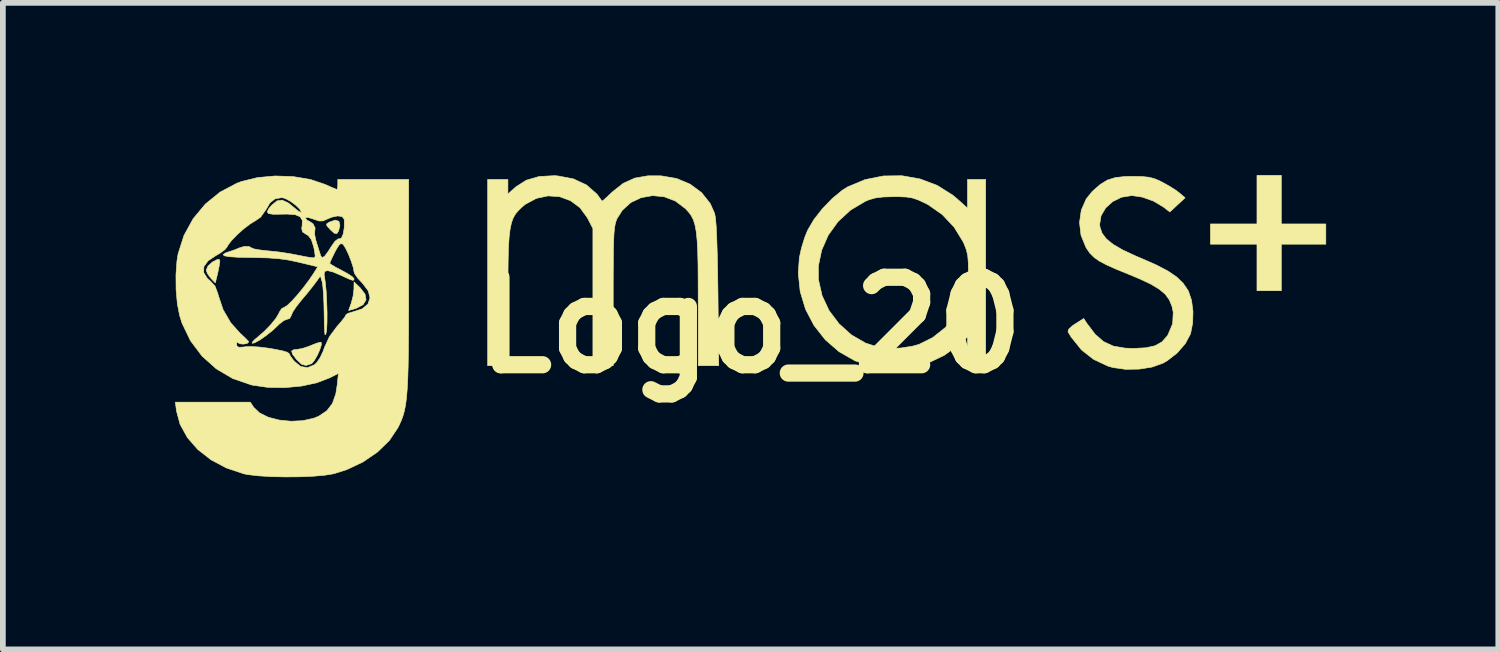
<source format=kicad_pcb>
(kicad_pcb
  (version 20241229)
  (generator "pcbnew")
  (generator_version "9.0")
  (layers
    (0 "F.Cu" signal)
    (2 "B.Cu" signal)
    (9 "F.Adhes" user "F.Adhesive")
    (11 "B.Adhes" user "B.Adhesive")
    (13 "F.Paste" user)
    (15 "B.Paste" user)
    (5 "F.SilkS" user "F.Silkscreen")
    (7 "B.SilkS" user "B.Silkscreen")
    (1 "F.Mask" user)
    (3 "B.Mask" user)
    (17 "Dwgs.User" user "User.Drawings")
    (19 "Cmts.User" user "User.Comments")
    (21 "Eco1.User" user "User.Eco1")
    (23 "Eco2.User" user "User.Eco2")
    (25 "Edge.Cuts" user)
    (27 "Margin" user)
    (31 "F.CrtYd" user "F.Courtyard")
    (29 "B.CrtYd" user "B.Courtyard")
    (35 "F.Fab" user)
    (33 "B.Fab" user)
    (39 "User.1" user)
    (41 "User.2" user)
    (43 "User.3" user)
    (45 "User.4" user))
  (footprint "Logo_20"
    (layer "F.Cu")
    (at 10.033 2.616)
    (property "Reference" "Logo_20" (at 0 0 0) (layer "F.SilkS") (effects (font (size 1.524 1.524) (thickness 0.3))))
    (attr through_hole)
    (fp_poly (pts (xy -7.177 -1.809) (xy -7.16 -1.737) (xy -7.183 -1.643) (xy -7.213 -1.596) (xy -7.256 -1.601) (xy -7.325 -1.662) (xy -7.335 -1.673) (xy -7.387 -1.732) (xy -7.392 -1.764) (xy -7.352 -1.791) (xy -7.343 -1.796) (xy -7.24 -1.831) (xy -7.177 -1.809)) (stroke (width 0.01) (type solid)) (fill yes) (layer "F.SilkS"))
    (fp_poly (pts (xy -6.809 -0.653) (xy -6.722 -0.541) (xy -6.705 -0.442) (xy -6.756 -0.358) (xy -6.873 -0.295) (xy -6.905 -0.285) (xy -7.009 -0.255) (xy -6.963 -0.383) (xy -6.931 -0.505) (xy -6.916 -0.627) (xy -6.916 -0.633) (xy -6.914 -0.754) (xy -6.809 -0.653)) (stroke (width 0.01) (type solid)) (fill yes) (layer "F.SilkS"))
    (fp_poly (pts (xy 9.243 -1.764) (xy 10.019 -1.764) (xy 10.019 -1.411) (xy 9.243 -1.411) (xy 9.243 -0.6) (xy 8.819 -0.6) (xy 8.819 -1.411) (xy 8.008 -1.411) (xy 8.008 -1.764) (xy 8.819 -1.764) (xy 8.819 -2.611) (xy 9.243 -2.611) (xy 9.243 -1.764)) (stroke (width 0.01) (type solid)) (fill yes) (layer "F.SilkS"))
    (fp_poly (pts (xy -9.252 -1.117) (xy -9.264 -1.034) (xy -9.264 -1.031) (xy -9.287 -0.92) (xy -9.309 -0.825) (xy -9.311 -0.818) (xy -9.332 -0.737) (xy -9.411 -0.82) (xy -9.466 -0.895) (xy -9.49 -0.957) (xy -9.49 -0.958) (xy -9.46 -1.029) (xy -9.384 -1.099) (xy -9.303 -1.141) (xy -9.263 -1.147) (xy -9.252 -1.117)) (stroke (width 0.01) (type solid)) (fill yes) (layer "F.SilkS"))
    (fp_poly (pts (xy -7.486 0.298) (xy -7.484 0.344) (xy -7.51 0.426) (xy -7.552 0.522) (xy -7.602 0.609) (xy -7.647 0.665) (xy -7.656 0.671) (xy -7.75 0.702) (xy -7.83 0.68) (xy -7.917 0.597) (xy -7.986 0.505) (xy -8.002 0.451) (xy -7.964 0.427) (xy -7.911 0.423) (xy -7.82 0.407) (xy -7.704 0.37) (xy -7.659 0.351) (xy -7.565 0.314) (xy -7.501 0.297) (xy -7.486 0.298)) (stroke (width 0.01) (type solid)) (fill yes) (layer "F.SilkS"))
    (fp_poly (pts (xy 2.949 -2.548) (xy 3.25 -2.434) (xy 3.521 -2.263) (xy 3.596 -2.2) (xy 3.775 -2.04) (xy 3.775 -2.54) (xy 4.092 -2.54) (xy 4.092 0.706) (xy 3.775 0.706) (xy 3.775 0.206) (xy 3.607 0.355) (xy 3.368 0.526) (xy 3.091 0.658) (xy 2.801 0.737) (xy 2.787 0.739) (xy 2.604 0.764) (xy 2.457 0.771) (xy 2.313 0.758) (xy 2.14 0.726) (xy 2.126 0.723) (xy 1.815 0.621) (xy 1.537 0.462) (xy 1.297 0.254) (xy 1.101 0.005) (xy 0.953 -0.277) (xy 0.86 -0.585) (xy 0.826 -0.909) (xy 0.835 -1.027) (xy 1.176 -1.027) (xy 1.178 -0.795) (xy 1.241 -0.516) (xy 1.363 -0.255) (xy 1.537 -0.024) (xy 1.752 0.169) (xy 1.999 0.312) (xy 2.235 0.388) (xy 2.409 0.406) (xy 2.613 0.398) (xy 2.813 0.367) (xy 2.929 0.335) (xy 3.169 0.216) (xy 3.39 0.04) (xy 3.578 -0.178) (xy 3.711 -0.409) (xy 3.752 -0.514) (xy 3.776 -0.625) (xy 3.788 -0.764) (xy 3.791 -0.917) (xy 3.789 -1.087) (xy 3.779 -1.211) (xy 3.756 -1.312) (xy 3.716 -1.415) (xy 3.698 -1.454) (xy 3.542 -1.708) (xy 3.333 -1.929) (xy 3.087 -2.101) (xy 3.038 -2.126) (xy 2.917 -2.182) (xy 2.817 -2.216) (xy 2.712 -2.233) (xy 2.575 -2.239) (xy 2.488 -2.239) (xy 2.308 -2.234) (xy 2.175 -2.218) (xy 2.063 -2.187) (xy 1.996 -2.159) (xy 1.738 -2.006) (xy 1.52 -1.806) (xy 1.35 -1.57) (xy 1.234 -1.307) (xy 1.176 -1.027) (xy 0.835 -1.027) (xy 0.845 -1.173) (xy 0.882 -1.344) (xy 0.938 -1.526) (xy 0.988 -1.651) (xy 1.096 -1.836) (xy 1.246 -2.028) (xy 1.418 -2.206) (xy 1.593 -2.351) (xy 1.688 -2.41) (xy 1.989 -2.536) (xy 2.308 -2.6) (xy 2.632 -2.604) (xy 2.949 -2.548)) (stroke (width 0.01) (type solid)) (fill yes) (layer "F.SilkS"))
    (fp_poly (pts (xy -3.365 -2.601) (xy -3.094 -2.55) (xy -2.865 -2.444) (xy -2.681 -2.283) (xy -2.593 -2.161) (xy -2.567 -2.179) (xy -2.504 -2.236) (xy -2.417 -2.318) (xy -2.407 -2.327) (xy -2.223 -2.472) (xy -2.022 -2.563) (xy -1.791 -2.603) (xy -1.563 -2.602) (xy -1.294 -2.556) (xy -1.056 -2.456) (xy -0.858 -2.309) (xy -0.708 -2.12) (xy -0.631 -1.948) (xy -0.617 -1.87) (xy -0.604 -1.727) (xy -0.594 -1.517) (xy -0.585 -1.239) (xy -0.578 -0.893) (xy -0.573 -0.556) (xy -0.559 0.706) (xy -0.917 0.706) (xy -0.917 -0.404) (xy -0.918 -0.759) (xy -0.92 -1.051) (xy -0.926 -1.288) (xy -0.936 -1.476) (xy -0.951 -1.625) (xy -0.972 -1.741) (xy -1 -1.832) (xy -1.036 -1.905) (xy -1.082 -1.968) (xy -1.138 -2.029) (xy -1.142 -2.033) (xy -1.316 -2.164) (xy -1.511 -2.238) (xy -1.713 -2.257) (xy -1.911 -2.222) (xy -2.091 -2.137) (xy -2.24 -2.002) (xy -2.333 -1.854) (xy -2.35 -1.81) (xy -2.364 -1.758) (xy -2.375 -1.692) (xy -2.384 -1.602) (xy -2.39 -1.481) (xy -2.394 -1.321) (xy -2.396 -1.116) (xy -2.398 -0.855) (xy -2.398 -0.533) (xy -2.398 -0.503) (xy -2.399 0.706) (xy -2.752 0.706) (xy -2.752 -1.685) (xy -2.85 -1.873) (xy -2.977 -2.047) (xy -3.142 -2.169) (xy -3.332 -2.239) (xy -3.535 -2.253) (xy -3.738 -2.209) (xy -3.929 -2.107) (xy -3.989 -2.057) (xy -4.05 -1.998) (xy -4.101 -1.937) (xy -4.141 -1.868) (xy -4.172 -1.781) (xy -4.195 -1.671) (xy -4.212 -1.529) (xy -4.223 -1.348) (xy -4.229 -1.121) (xy -4.232 -0.839) (xy -4.233 -0.495) (xy -4.233 -0.435) (xy -4.233 0.706) (xy -4.586 0.706) (xy -4.586 -2.54) (xy -4.233 -2.54) (xy -4.233 -2.285) (xy -4.097 -2.408) (xy -3.915 -2.525) (xy -3.688 -2.591) (xy -3.421 -2.605) (xy -3.365 -2.601)) (stroke (width 0.01) (type solid)) (fill yes) (layer "F.SilkS"))
    (fp_poly (pts (xy 6.815 -2.59) (xy 6.934 -2.578) (xy 7.032 -2.553) (xy 7.135 -2.509) (xy 7.161 -2.495) (xy 7.287 -2.426) (xy 7.404 -2.352) (xy 7.461 -2.309) (xy 7.567 -2.22) (xy 7.301 -1.973) (xy 7.185 -2.062) (xy 7.016 -2.162) (xy 6.823 -2.231) (xy 6.641 -2.258) (xy 6.635 -2.258) (xy 6.46 -2.23) (xy 6.305 -2.154) (xy 6.182 -2.043) (xy 6.102 -1.906) (xy 6.078 -1.757) (xy 6.083 -1.71) (xy 6.12 -1.602) (xy 6.194 -1.504) (xy 6.312 -1.408) (xy 6.481 -1.31) (xy 6.709 -1.204) (xy 6.811 -1.161) (xy 7.07 -1.047) (xy 7.27 -0.942) (xy 7.42 -0.839) (xy 7.532 -0.731) (xy 7.615 -0.61) (xy 7.627 -0.587) (xy 7.679 -0.432) (xy 7.704 -0.241) (xy 7.699 -0.041) (xy 7.664 0.139) (xy 7.659 0.155) (xy 7.57 0.322) (xy 7.43 0.483) (xy 7.256 0.619) (xy 7.181 0.662) (xy 6.991 0.73) (xy 6.763 0.766) (xy 6.526 0.769) (xy 6.304 0.737) (xy 6.219 0.712) (xy 5.969 0.594) (xy 5.761 0.43) (xy 5.583 0.209) (xy 5.526 0.116) (xy 5.538 0.07) (xy 5.609 0.006) (xy 5.65 -0.021) (xy 5.8 -0.116) (xy 5.854 -0.033) (xy 5.998 0.157) (xy 6.145 0.286) (xy 6.314 0.364) (xy 6.521 0.4) (xy 6.668 0.405) (xy 6.882 0.394) (xy 7.042 0.359) (xy 7.161 0.293) (xy 7.253 0.191) (xy 7.269 0.166) (xy 7.35 -0.027) (xy 7.36 -0.226) (xy 7.338 -0.329) (xy 7.292 -0.441) (xy 7.221 -0.539) (xy 7.115 -0.628) (xy 6.966 -0.717) (xy 6.763 -0.812) (xy 6.591 -0.884) (xy 6.365 -0.976) (xy 6.195 -1.052) (xy 6.069 -1.119) (xy 5.978 -1.184) (xy 5.909 -1.253) (xy 5.853 -1.333) (xy 5.838 -1.358) (xy 5.753 -1.567) (xy 5.727 -1.788) (xy 5.758 -2.005) (xy 5.845 -2.202) (xy 5.952 -2.333) (xy 6.088 -2.452) (xy 6.214 -2.529) (xy 6.352 -2.572) (xy 6.525 -2.591) (xy 6.65 -2.593) (xy 6.815 -2.59)) (stroke (width 0.01) (type solid)) (fill yes) (layer "F.SilkS"))
    (fp_poly (pts (xy -7.973 -2.589) (xy -7.675 -2.539) (xy -7.414 -2.451) (xy -7.413 -2.45) (xy -7.31 -2.404) (xy -7.235 -2.373) (xy -7.21 -2.364) (xy -7.2 -2.394) (xy -7.197 -2.452) (xy -7.197 -2.54) (xy -5.962 -2.54) (xy -5.963 -0.697) (xy -5.963 -0.254) (xy -5.964 0.124) (xy -5.967 0.445) (xy -5.971 0.713) (xy -5.978 0.936) (xy -5.988 1.12) (xy -6.001 1.271) (xy -6.017 1.395) (xy -6.038 1.498) (xy -6.063 1.587) (xy -6.094 1.668) (xy -6.13 1.747) (xy -6.151 1.789) (xy -6.299 2.01) (xy -6.505 2.21) (xy -6.756 2.382) (xy -7.04 2.517) (xy -7.269 2.589) (xy -7.421 2.614) (xy -7.624 2.632) (xy -7.861 2.642) (xy -8.111 2.644) (xy -8.357 2.639) (xy -8.58 2.625) (xy -8.762 2.604) (xy -8.834 2.59) (xy -9.136 2.489) (xy -9.406 2.346) (xy -9.636 2.167) (xy -9.818 1.958) (xy -9.945 1.728) (xy -10.007 1.499) (xy -10.028 1.341) (xy -8.722 1.341) (xy -8.662 1.432) (xy -8.559 1.53) (xy -8.406 1.605) (xy -8.219 1.653) (xy -8.014 1.674) (xy -7.808 1.664) (xy -7.618 1.622) (xy -7.529 1.586) (xy -7.388 1.491) (xy -7.291 1.365) (xy -7.231 1.194) (xy -7.207 1.038) (xy -7.186 0.84) (xy -7.336 0.916) (xy -7.561 1.003) (xy -7.829 1.061) (xy -8.121 1.088) (xy -8.413 1.084) (xy -8.685 1.045) (xy -8.705 1.04) (xy -9.027 0.93) (xy -9.315 0.76) (xy -9.563 0.538) (xy -9.764 0.271) (xy -9.911 -0.035) (xy -9.953 -0.168) (xy -9.993 -0.374) (xy -10.015 -0.619) (xy -10.017 -0.877) (xy -10.014 -0.918) (xy -9.535 -0.918) (xy -9.471 -0.816) (xy -9.416 -0.768) (xy -9.337 -0.682) (xy -9.287 -0.551) (xy -9.279 -0.518) (xy -9.196 -0.271) (xy -9.063 -0.042) (xy -8.9 0.14) (xy -8.818 0.215) (xy -8.763 0.271) (xy -8.749 0.291) (xy -8.778 0.319) (xy -8.842 0.33) (xy -8.906 0.324) (xy -8.932 0.307) (xy -8.954 0.293) (xy -8.96 0.331) (xy -8.952 0.371) (xy -8.916 0.385) (xy -8.833 0.38) (xy -8.798 0.375) (xy -8.705 0.372) (xy -8.578 0.38) (xy -8.435 0.397) (xy -8.293 0.42) (xy -8.169 0.445) (xy -8.08 0.471) (xy -8.044 0.495) (xy -8.043 0.497) (xy -8.023 0.539) (xy -7.971 0.609) (xy -7.952 0.632) (xy -7.843 0.72) (xy -7.725 0.74) (xy -7.608 0.692) (xy -7.568 0.657) (xy -7.509 0.573) (xy -7.453 0.456) (xy -7.43 0.39) (xy -7.343 0.2) (xy -7.216 0.029) (xy -7.135 -0.065) (xy -7.077 -0.139) (xy -7.056 -0.179) (xy -7.025 -0.204) (xy -6.949 -0.228) (xy -6.932 -0.232) (xy -6.771 -0.285) (xy -6.672 -0.368) (xy -6.636 -0.475) (xy -6.666 -0.597) (xy -6.765 -0.729) (xy -6.773 -0.737) (xy -6.852 -0.822) (xy -6.903 -0.896) (xy -6.914 -0.929) (xy -6.928 -1.006) (xy -6.964 -1.117) (xy -7.011 -1.236) (xy -7.061 -1.341) (xy -7.102 -1.405) (xy -7.108 -1.411) (xy -7.142 -1.423) (xy -7.179 -1.393) (xy -7.228 -1.311) (xy -7.248 -1.274) (xy -7.297 -1.174) (xy -7.33 -1.101) (xy -7.338 -1.078) (xy -7.309 -1.054) (xy -7.233 -1.009) (xy -7.126 -0.953) (xy -7.126 -0.953) (xy -7.019 -0.894) (xy -6.943 -0.843) (xy -6.914 -0.811) (xy -6.917 -0.787) (xy -6.935 -0.781) (xy -6.982 -0.796) (xy -7.072 -0.836) (xy -7.131 -0.864) (xy -7.28 -0.927) (xy -7.376 -0.951) (xy -7.425 -0.937) (xy -7.436 -0.883) (xy -7.431 -0.855) (xy -7.414 -0.739) (xy -7.399 -0.581) (xy -7.39 -0.4) (xy -7.384 -0.218) (xy -7.385 -0.053) (xy -7.391 0.074) (xy -7.398 0.123) (xy -7.411 0.167) (xy -7.421 0.163) (xy -7.427 0.103) (xy -7.432 -0.016) (xy -7.435 -0.194) (xy -7.439 -0.377) (xy -7.447 -0.542) (xy -7.457 -0.673) (xy -7.469 -0.752) (xy -7.47 -0.756) (xy -7.5 -0.859) (xy -7.58 -0.747) (xy -7.644 -0.664) (xy -7.734 -0.551) (xy -7.833 -0.434) (xy -7.834 -0.432) (xy -7.918 -0.326) (xy -7.98 -0.234) (xy -8.007 -0.172) (xy -8.008 -0.168) (xy -8.037 -0.115) (xy -8.072 -0.106) (xy -8.135 -0.082) (xy -8.215 -0.021) (xy -8.24 0.004) (xy -8.335 0.093) (xy -8.446 0.181) (xy -8.554 0.257) (xy -8.643 0.305) (xy -8.685 0.317) (xy -8.688 0.298) (xy -8.645 0.251) (xy -8.608 0.221) (xy -8.482 0.112) (xy -8.367 -0.006) (xy -8.276 -0.118) (xy -8.223 -0.207) (xy -8.218 -0.223) (xy -8.175 -0.289) (xy -8.13 -0.311) (xy -8.078 -0.343) (xy -7.998 -0.42) (xy -7.899 -0.529) (xy -7.794 -0.658) (xy -7.693 -0.792) (xy -7.617 -0.905) (xy -7.547 -1.017) (xy -7.874 -1.096) (xy -8.046 -1.133) (xy -8.216 -1.157) (xy -8.406 -1.172) (xy -8.638 -1.178) (xy -8.705 -1.179) (xy -8.931 -1.183) (xy -9.087 -1.193) (xy -9.175 -1.209) (xy -9.196 -1.231) (xy -9.15 -1.26) (xy -9.081 -1.283) (xy -8.985 -1.316) (xy -8.917 -1.345) (xy -8.829 -1.372) (xy -8.745 -1.371) (xy -8.699 -1.346) (xy -8.658 -1.329) (xy -8.564 -1.312) (xy -8.436 -1.297) (xy -8.402 -1.294) (xy -8.221 -1.275) (xy -8.025 -1.245) (xy -7.869 -1.215) (xy -7.744 -1.19) (xy -7.647 -1.175) (xy -7.598 -1.175) (xy -7.596 -1.177) (xy -7.592 -1.219) (xy -7.605 -1.306) (xy -7.618 -1.369) (xy -7.658 -1.491) (xy -7.711 -1.561) (xy -7.75 -1.584) (xy -7.813 -1.626) (xy -7.826 -1.688) (xy -7.819 -1.728) (xy -7.815 -1.826) (xy -7.839 -1.866) (xy -7.761 -1.866) (xy -7.732 -1.827) (xy -7.692 -1.81) (xy -7.628 -1.766) (xy -7.592 -1.694) (xy -7.599 -1.627) (xy -7.6 -1.579) (xy -7.582 -1.488) (xy -7.563 -1.424) (xy -7.529 -1.316) (xy -7.502 -1.232) (xy -7.494 -1.206) (xy -7.467 -1.176) (xy -7.423 -1.205) (xy -7.357 -1.295) (xy -7.316 -1.362) (xy -7.248 -1.46) (xy -7.192 -1.503) (xy -7.175 -1.503) (xy -7.134 -1.518) (xy -7.103 -1.588) (xy -7.085 -1.696) (xy -7.084 -1.826) (xy -7.085 -1.843) (xy -7.119 -1.891) (xy -7.198 -1.904) (xy -7.306 -1.881) (xy -7.378 -1.85) (xy -7.454 -1.817) (xy -7.52 -1.815) (xy -7.61 -1.844) (xy -7.623 -1.849) (xy -7.718 -1.879) (xy -7.76 -1.873) (xy -7.761 -1.866) (xy -7.839 -1.866) (xy -7.854 -1.89) (xy -7.942 -1.926) (xy -8.088 -1.936) (xy -8.172 -1.934) (xy -8.319 -1.932) (xy -8.403 -1.944) (xy -8.427 -1.975) (xy -8.398 -2.032) (xy -8.345 -2.094) (xy -8.256 -2.166) (xy -8.166 -2.179) (xy -8.064 -2.133) (xy -7.973 -2.06) (xy -7.896 -1.996) (xy -7.845 -1.965) (xy -7.832 -1.968) (xy -7.86 -2.022) (xy -7.93 -2.091) (xy -8.021 -2.158) (xy -8.111 -2.207) (xy -8.17 -2.223) (xy -8.29 -2.202) (xy -8.379 -2.132) (xy -8.446 -2.018) (xy -8.541 -1.883) (xy -8.63 -1.822) (xy -8.727 -1.762) (xy -8.841 -1.675) (xy -8.953 -1.574) (xy -9.049 -1.475) (xy -9.11 -1.395) (xy -9.121 -1.371) (xy -9.163 -1.318) (xy -9.248 -1.255) (xy -9.318 -1.215) (xy -9.457 -1.122) (xy -9.53 -1.022) (xy -9.535 -0.918) (xy -10.014 -0.918) (xy -10 -1.117) (xy -9.98 -1.242) (xy -9.878 -1.562) (xy -9.718 -1.854) (xy -9.505 -2.11) (xy -9.248 -2.319) (xy -8.954 -2.474) (xy -8.874 -2.504) (xy -8.595 -2.572) (xy -8.287 -2.6) (xy -7.973 -2.589)) (stroke (width 0.01) (type solid)) (fill yes) (layer "F.SilkS")))
  (gr_rect
    (start -3 -3)
    (end 23.057 8.265)
    (stroke (width 0.1) (type default))
    (fill no)
    (layer "Edge.Cuts")))
</source>
